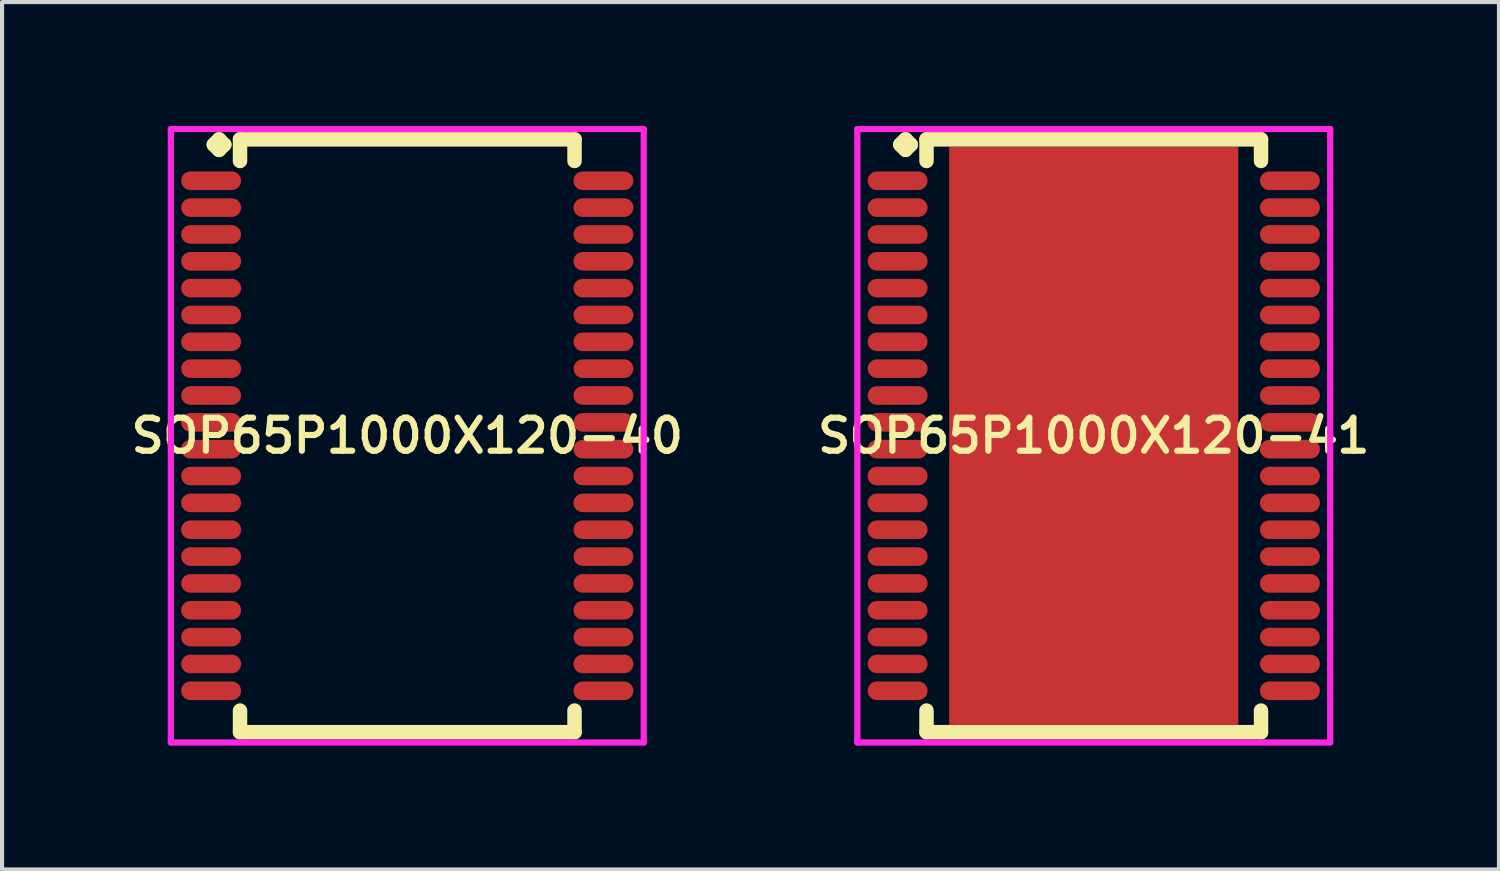
<source format=kicad_pcb>
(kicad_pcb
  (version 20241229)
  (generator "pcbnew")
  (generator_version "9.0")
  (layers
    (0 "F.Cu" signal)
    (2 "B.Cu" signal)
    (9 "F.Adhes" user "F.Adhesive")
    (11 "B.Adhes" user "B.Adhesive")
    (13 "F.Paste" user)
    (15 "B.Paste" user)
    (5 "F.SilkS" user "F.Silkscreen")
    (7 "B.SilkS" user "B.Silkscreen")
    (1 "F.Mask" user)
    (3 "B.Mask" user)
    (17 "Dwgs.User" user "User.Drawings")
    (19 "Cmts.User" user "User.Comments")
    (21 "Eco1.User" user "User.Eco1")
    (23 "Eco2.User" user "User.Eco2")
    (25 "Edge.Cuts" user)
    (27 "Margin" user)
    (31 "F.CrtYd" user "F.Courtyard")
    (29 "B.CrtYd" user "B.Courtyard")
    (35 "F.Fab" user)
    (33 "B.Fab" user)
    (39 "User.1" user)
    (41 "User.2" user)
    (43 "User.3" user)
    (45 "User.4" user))
  (footprint "SOP65P1000X120-40"
    (layer "F.Cu")
    (at 6.812 7.502)
    (property "Reference" "SOP65P1000X120-40" (at 0 0 0) (layer "F.SilkS") (effects (font (size 0.8 0.8) (thickness 0.15))))
    (attr smd)
    (fp_line (start -4.685 -7.05) (end -4.558 -7.177) (stroke (width 0.35) (type solid)) (layer "F.SilkS"))
    (fp_line (start -4.558 -7.177) (end -4.431 -7.05) (stroke (width 0.35) (type solid)) (layer "F.SilkS"))
    (fp_line (start -4.558 -6.923) (end -4.685 -7.05) (stroke (width 0.35) (type solid)) (layer "F.SilkS"))
    (fp_line (start -4.431 -7.05) (end -4.558 -6.923) (stroke (width 0.35) (type solid)) (layer "F.SilkS"))
    (fp_line (start -4.05 -7.177) (end 4.05 -7.177) (stroke (width 0.35) (type solid)) (layer "F.SilkS"))
    (fp_line (start -4.05 -6.654) (end -4.05 -7.177) (stroke (width 0.35) (type solid)) (layer "F.SilkS"))
    (fp_line (start -4.05 6.654) (end -4.05 7.177) (stroke (width 0.35) (type solid)) (layer "F.SilkS"))
    (fp_line (start -4.05 7.177) (end 4.05 7.177) (stroke (width 0.35) (type solid)) (layer "F.SilkS"))
    (fp_line (start 4.05 -7.177) (end 4.05 -6.654) (stroke (width 0.35) (type solid)) (layer "F.SilkS"))
    (fp_line (start 4.05 7.177) (end 4.05 6.654) (stroke (width 0.35) (type solid)) (layer "F.SilkS"))
    (fp_line (start -5.725 -7.427) (end 5.725 -7.427) (stroke (width 0.15) (type solid)) (layer "F.CrtYd"))
    (fp_line (start -5.725 7.427) (end -5.725 -7.427) (stroke (width 0.15) (type solid)) (layer "F.CrtYd"))
    (fp_line (start 5.725 -7.427) (end 5.725 7.427) (stroke (width 0.15) (type solid)) (layer "F.CrtYd"))
    (fp_line (start 5.725 7.427) (end -5.725 7.427) (stroke (width 0.15) (type solid)) (layer "F.CrtYd"))
    (pad "1" smd oval (at -4.75 -6.175) (size 1.45 0.45) (layers "F.Cu" "F.Mask" "F.Paste"))
    (pad "2" smd oval (at -4.75 -5.525) (size 1.45 0.45) (layers "F.Cu" "F.Mask" "F.Paste"))
    (pad "3" smd oval (at -4.75 -4.875) (size 1.45 0.45) (layers "F.Cu" "F.Mask" "F.Paste"))
    (pad "4" smd oval (at -4.75 -4.225) (size 1.45 0.45) (layers "F.Cu" "F.Mask" "F.Paste"))
    (pad "5" smd oval (at -4.75 -3.575) (size 1.45 0.45) (layers "F.Cu" "F.Mask" "F.Paste"))
    (pad "6" smd oval (at -4.75 -2.925) (size 1.45 0.45) (layers "F.Cu" "F.Mask" "F.Paste"))
    (pad "7" smd oval (at -4.75 -2.275) (size 1.45 0.45) (layers "F.Cu" "F.Mask" "F.Paste"))
    (pad "8" smd oval (at -4.75 -1.625) (size 1.45 0.45) (layers "F.Cu" "F.Mask" "F.Paste"))
    (pad "9" smd oval (at -4.75 -0.975) (size 1.45 0.45) (layers "F.Cu" "F.Mask" "F.Paste"))
    (pad "10" smd oval (at -4.75 -0.325) (size 1.45 0.45) (layers "F.Cu" "F.Mask" "F.Paste"))
    (pad "11" smd oval (at -4.75 0.325) (size 1.45 0.45) (layers "F.Cu" "F.Mask" "F.Paste"))
    (pad "12" smd oval (at -4.75 0.975) (size 1.45 0.45) (layers "F.Cu" "F.Mask" "F.Paste"))
    (pad "13" smd oval (at -4.75 1.625) (size 1.45 0.45) (layers "F.Cu" "F.Mask" "F.Paste"))
    (pad "14" smd oval (at -4.75 2.275) (size 1.45 0.45) (layers "F.Cu" "F.Mask" "F.Paste"))
    (pad "15" smd oval (at -4.75 2.925) (size 1.45 0.45) (layers "F.Cu" "F.Mask" "F.Paste"))
    (pad "16" smd oval (at -4.75 3.575) (size 1.45 0.45) (layers "F.Cu" "F.Mask" "F.Paste"))
    (pad "17" smd oval (at -4.75 4.225) (size 1.45 0.45) (layers "F.Cu" "F.Mask" "F.Paste"))
    (pad "18" smd oval (at -4.75 4.875) (size 1.45 0.45) (layers "F.Cu" "F.Mask" "F.Paste"))
    (pad "19" smd oval (at -4.75 5.525) (size 1.45 0.45) (layers "F.Cu" "F.Mask" "F.Paste"))
    (pad "20" smd oval (at -4.75 6.175) (size 1.45 0.45) (layers "F.Cu" "F.Mask" "F.Paste"))
    (pad "21" smd oval (at 4.75 6.175) (size 1.45 0.45) (layers "F.Cu" "F.Mask" "F.Paste"))
    (pad "22" smd oval (at 4.75 5.525) (size 1.45 0.45) (layers "F.Cu" "F.Mask" "F.Paste"))
    (pad "23" smd oval (at 4.75 4.875) (size 1.45 0.45) (layers "F.Cu" "F.Mask" "F.Paste"))
    (pad "24" smd oval (at 4.75 4.225) (size 1.45 0.45) (layers "F.Cu" "F.Mask" "F.Paste"))
    (pad "25" smd oval (at 4.75 3.575) (size 1.45 0.45) (layers "F.Cu" "F.Mask" "F.Paste"))
    (pad "26" smd oval (at 4.75 2.925) (size 1.45 0.45) (layers "F.Cu" "F.Mask" "F.Paste"))
    (pad "27" smd oval (at 4.75 2.275) (size 1.45 0.45) (layers "F.Cu" "F.Mask" "F.Paste"))
    (pad "28" smd oval (at 4.75 1.625) (size 1.45 0.45) (layers "F.Cu" "F.Mask" "F.Paste"))
    (pad "29" smd oval (at 4.75 0.975) (size 1.45 0.45) (layers "F.Cu" "F.Mask" "F.Paste"))
    (pad "30" smd oval (at 4.75 0.325) (size 1.45 0.45) (layers "F.Cu" "F.Mask" "F.Paste"))
    (pad "31" smd oval (at 4.75 -0.325) (size 1.45 0.45) (layers "F.Cu" "F.Mask" "F.Paste"))
    (pad "32" smd oval (at 4.75 -0.975) (size 1.45 0.45) (layers "F.Cu" "F.Mask" "F.Paste"))
    (pad "33" smd oval (at 4.75 -1.625) (size 1.45 0.45) (layers "F.Cu" "F.Mask" "F.Paste"))
    (pad "34" smd oval (at 4.75 -2.275) (size 1.45 0.45) (layers "F.Cu" "F.Mask" "F.Paste"))
    (pad "35" smd oval (at 4.75 -2.925) (size 1.45 0.45) (layers "F.Cu" "F.Mask" "F.Paste"))
    (pad "36" smd oval (at 4.75 -3.575) (size 1.45 0.45) (layers "F.Cu" "F.Mask" "F.Paste"))
    (pad "37" smd oval (at 4.75 -4.225) (size 1.45 0.45) (layers "F.Cu" "F.Mask" "F.Paste"))
    (pad "38" smd oval (at 4.75 -4.875) (size 1.45 0.45) (layers "F.Cu" "F.Mask" "F.Paste"))
    (pad "39" smd oval (at 4.75 -5.525) (size 1.45 0.45) (layers "F.Cu" "F.Mask" "F.Paste"))
    (pad "40" smd oval (at 4.75 -6.175) (size 1.45 0.45) (layers "F.Cu" "F.Mask" "F.Paste")))
  (footprint "SOP65P1000X120-41"
    (layer "F.Cu")
    (at 23.435 7.502)
    (property "Reference" "SOP65P1000X120-41" (at 0 0 0) (layer "F.SilkS") (effects (font (size 0.8 0.8) (thickness 0.15))))
    (attr smd)
    (fp_line (start -4.685 -7.05) (end -4.558 -7.177) (stroke (width 0.35) (type solid)) (layer "F.SilkS"))
    (fp_line (start -4.558 -7.177) (end -4.431 -7.05) (stroke (width 0.35) (type solid)) (layer "F.SilkS"))
    (fp_line (start -4.558 -6.923) (end -4.685 -7.05) (stroke (width 0.35) (type solid)) (layer "F.SilkS"))
    (fp_line (start -4.431 -7.05) (end -4.558 -6.923) (stroke (width 0.35) (type solid)) (layer "F.SilkS"))
    (fp_line (start -4.05 -7.177) (end 4.05 -7.177) (stroke (width 0.35) (type solid)) (layer "F.SilkS"))
    (fp_line (start -4.05 -6.654) (end -4.05 -7.177) (stroke (width 0.35) (type solid)) (layer "F.SilkS"))
    (fp_line (start -4.05 6.654) (end -4.05 7.177) (stroke (width 0.35) (type solid)) (layer "F.SilkS"))
    (fp_line (start -4.05 7.177) (end 4.05 7.177) (stroke (width 0.35) (type solid)) (layer "F.SilkS"))
    (fp_line (start 4.05 -7.177) (end 4.05 -6.654) (stroke (width 0.35) (type solid)) (layer "F.SilkS"))
    (fp_line (start 4.05 7.177) (end 4.05 6.654) (stroke (width 0.35) (type solid)) (layer "F.SilkS"))
    (fp_line (start -5.725 -7.427) (end 5.725 -7.427) (stroke (width 0.15) (type solid)) (layer "F.CrtYd"))
    (fp_line (start -5.725 7.427) (end -5.725 -7.427) (stroke (width 0.15) (type solid)) (layer "F.CrtYd"))
    (fp_line (start 5.725 -7.427) (end 5.725 7.427) (stroke (width 0.15) (type solid)) (layer "F.CrtYd"))
    (fp_line (start 5.725 7.427) (end -5.725 7.427) (stroke (width 0.15) (type solid)) (layer "F.CrtYd"))
    (pad "1" smd oval (at -4.75 -6.175) (size 1.45 0.45) (layers "F.Cu" "F.Mask" "F.Paste"))
    (pad "2" smd oval (at -4.75 -5.525) (size 1.45 0.45) (layers "F.Cu" "F.Mask" "F.Paste"))
    (pad "3" smd oval (at -4.75 -4.875) (size 1.45 0.45) (layers "F.Cu" "F.Mask" "F.Paste"))
    (pad "4" smd oval (at -4.75 -4.225) (size 1.45 0.45) (layers "F.Cu" "F.Mask" "F.Paste"))
    (pad "5" smd oval (at -4.75 -3.575) (size 1.45 0.45) (layers "F.Cu" "F.Mask" "F.Paste"))
    (pad "6" smd oval (at -4.75 -2.925) (size 1.45 0.45) (layers "F.Cu" "F.Mask" "F.Paste"))
    (pad "7" smd oval (at -4.75 -2.275) (size 1.45 0.45) (layers "F.Cu" "F.Mask" "F.Paste"))
    (pad "8" smd oval (at -4.75 -1.625) (size 1.45 0.45) (layers "F.Cu" "F.Mask" "F.Paste"))
    (pad "9" smd oval (at -4.75 -0.975) (size 1.45 0.45) (layers "F.Cu" "F.Mask" "F.Paste"))
    (pad "10" smd oval (at -4.75 -0.325) (size 1.45 0.45) (layers "F.Cu" "F.Mask" "F.Paste"))
    (pad "11" smd oval (at -4.75 0.325) (size 1.45 0.45) (layers "F.Cu" "F.Mask" "F.Paste"))
    (pad "12" smd oval (at -4.75 0.975) (size 1.45 0.45) (layers "F.Cu" "F.Mask" "F.Paste"))
    (pad "13" smd oval (at -4.75 1.625) (size 1.45 0.45) (layers "F.Cu" "F.Mask" "F.Paste"))
    (pad "14" smd oval (at -4.75 2.275) (size 1.45 0.45) (layers "F.Cu" "F.Mask" "F.Paste"))
    (pad "15" smd oval (at -4.75 2.925) (size 1.45 0.45) (layers "F.Cu" "F.Mask" "F.Paste"))
    (pad "16" smd oval (at -4.75 3.575) (size 1.45 0.45) (layers "F.Cu" "F.Mask" "F.Paste"))
    (pad "17" smd oval (at -4.75 4.225) (size 1.45 0.45) (layers "F.Cu" "F.Mask" "F.Paste"))
    (pad "18" smd oval (at -4.75 4.875) (size 1.45 0.45) (layers "F.Cu" "F.Mask" "F.Paste"))
    (pad "19" smd oval (at -4.75 5.525) (size 1.45 0.45) (layers "F.Cu" "F.Mask" "F.Paste"))
    (pad "20" smd oval (at -4.75 6.175) (size 1.45 0.45) (layers "F.Cu" "F.Mask" "F.Paste"))
    (pad "21" smd oval (at 4.75 6.175) (size 1.45 0.45) (layers "F.Cu" "F.Mask" "F.Paste"))
    (pad "22" smd oval (at 4.75 5.525) (size 1.45 0.45) (layers "F.Cu" "F.Mask" "F.Paste"))
    (pad "23" smd oval (at 4.75 4.875) (size 1.45 0.45) (layers "F.Cu" "F.Mask" "F.Paste"))
    (pad "24" smd oval (at 4.75 4.225) (size 1.45 0.45) (layers "F.Cu" "F.Mask" "F.Paste"))
    (pad "25" smd oval (at 4.75 3.575) (size 1.45 0.45) (layers "F.Cu" "F.Mask" "F.Paste"))
    (pad "26" smd oval (at 4.75 2.925) (size 1.45 0.45) (layers "F.Cu" "F.Mask" "F.Paste"))
    (pad "27" smd oval (at 4.75 2.275) (size 1.45 0.45) (layers "F.Cu" "F.Mask" "F.Paste"))
    (pad "28" smd oval (at 4.75 1.625) (size 1.45 0.45) (layers "F.Cu" "F.Mask" "F.Paste"))
    (pad "29" smd oval (at 4.75 0.975) (size 1.45 0.45) (layers "F.Cu" "F.Mask" "F.Paste"))
    (pad "30" smd oval (at 4.75 0.325) (size 1.45 0.45) (layers "F.Cu" "F.Mask" "F.Paste"))
    (pad "31" smd oval (at 4.75 -0.325) (size 1.45 0.45) (layers "F.Cu" "F.Mask" "F.Paste"))
    (pad "32" smd oval (at 4.75 -0.975) (size 1.45 0.45) (layers "F.Cu" "F.Mask" "F.Paste"))
    (pad "33" smd oval (at 4.75 -1.625) (size 1.45 0.45) (layers "F.Cu" "F.Mask" "F.Paste"))
    (pad "34" smd oval (at 4.75 -2.275) (size 1.45 0.45) (layers "F.Cu" "F.Mask" "F.Paste"))
    (pad "35" smd oval (at 4.75 -2.925) (size 1.45 0.45) (layers "F.Cu" "F.Mask" "F.Paste"))
    (pad "36" smd oval (at 4.75 -3.575) (size 1.45 0.45) (layers "F.Cu" "F.Mask" "F.Paste"))
    (pad "37" smd oval (at 4.75 -4.225) (size 1.45 0.45) (layers "F.Cu" "F.Mask" "F.Paste"))
    (pad "38" smd oval (at 4.75 -4.875) (size 1.45 0.45) (layers "F.Cu" "F.Mask" "F.Paste"))
    (pad "39" smd oval (at 4.75 -5.525) (size 1.45 0.45) (layers "F.Cu" "F.Mask" "F.Paste"))
    (pad "40" smd oval (at 4.75 -6.175) (size 1.45 0.45) (layers "F.Cu" "F.Mask" "F.Paste"))
    (pad "41" smd rect (at 0 0) (size 7 14) (layers "F.Cu" "F.Mask" "F.Paste")))
  (gr_rect
    (start -3 -3)
    (end 33.247 18.004)
    (stroke (width 0.1) (type default))
    (fill no)
    (layer "Edge.Cuts")))
</source>
